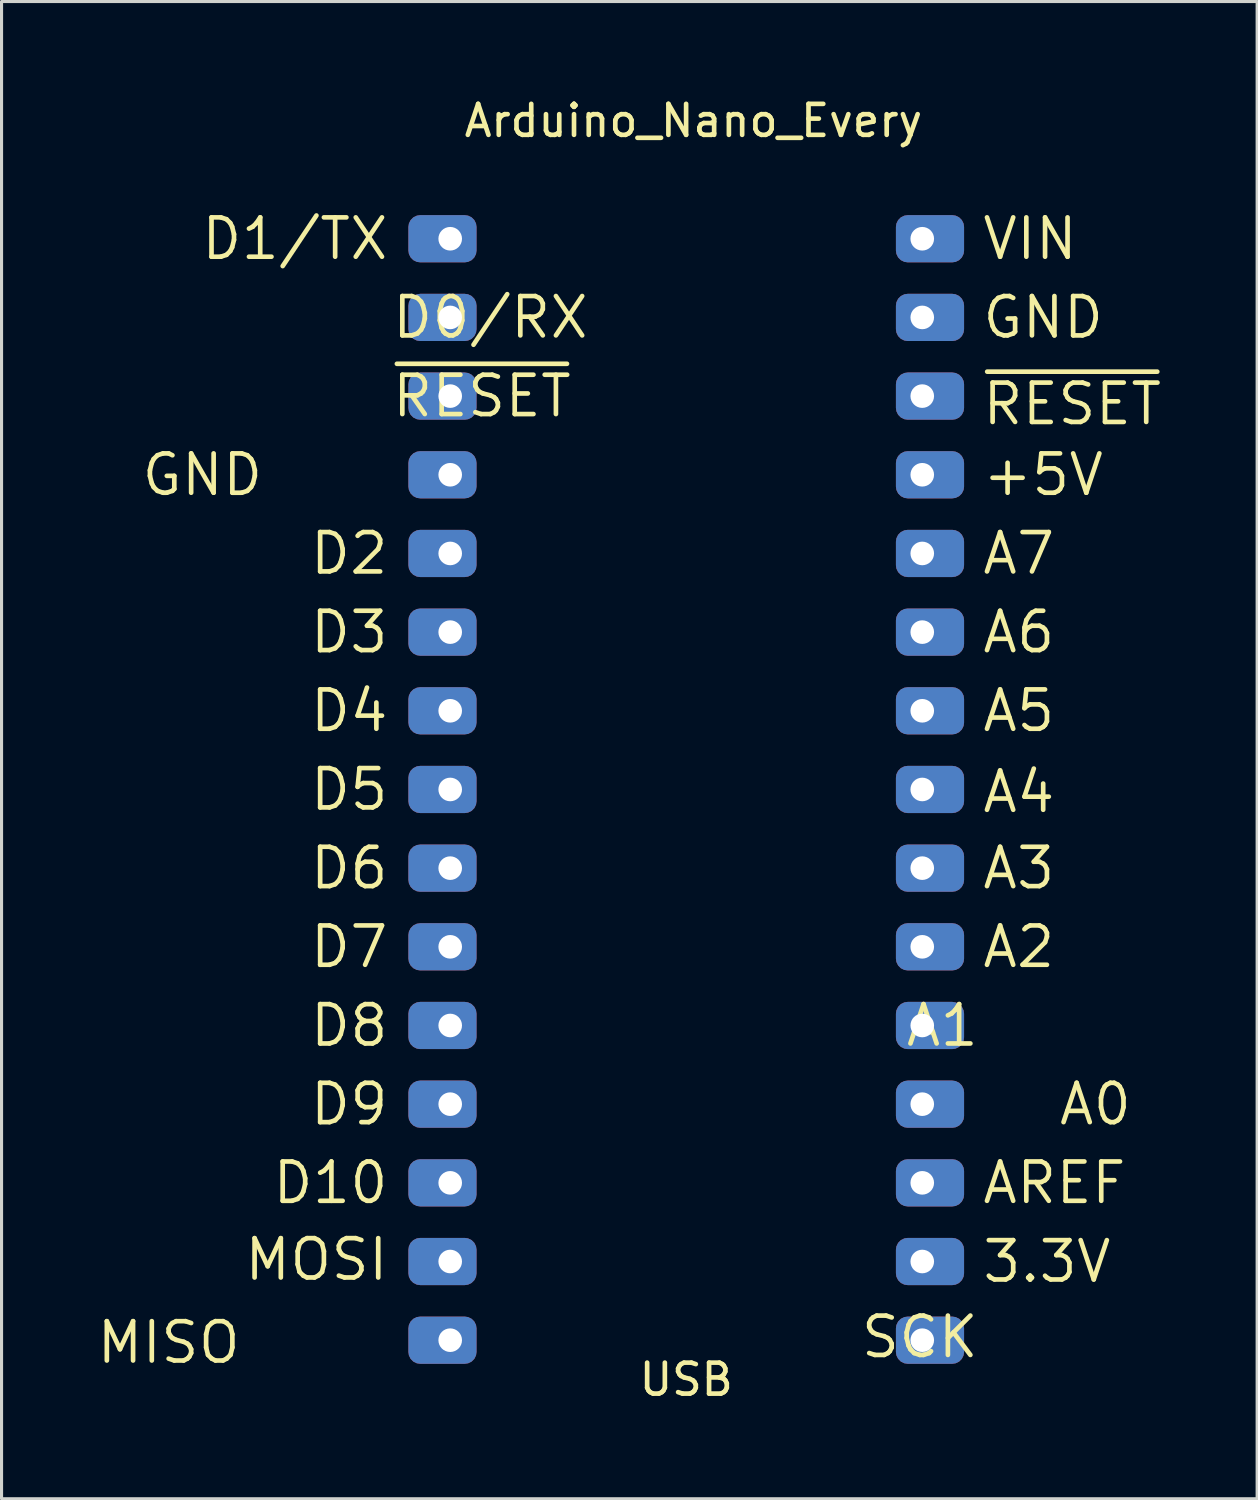
<source format=kicad_pcb>
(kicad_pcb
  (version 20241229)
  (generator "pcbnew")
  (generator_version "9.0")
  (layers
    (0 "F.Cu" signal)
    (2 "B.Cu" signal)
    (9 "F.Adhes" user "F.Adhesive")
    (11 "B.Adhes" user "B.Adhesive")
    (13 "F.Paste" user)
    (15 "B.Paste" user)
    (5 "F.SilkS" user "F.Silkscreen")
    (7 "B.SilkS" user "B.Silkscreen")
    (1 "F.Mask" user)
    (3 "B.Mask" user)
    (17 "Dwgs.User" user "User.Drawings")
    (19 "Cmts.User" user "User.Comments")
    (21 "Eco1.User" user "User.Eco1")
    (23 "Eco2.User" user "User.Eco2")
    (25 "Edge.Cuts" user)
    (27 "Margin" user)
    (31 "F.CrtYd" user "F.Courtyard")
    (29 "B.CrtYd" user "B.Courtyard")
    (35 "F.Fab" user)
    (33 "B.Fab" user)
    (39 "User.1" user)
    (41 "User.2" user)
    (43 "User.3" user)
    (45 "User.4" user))
  (footprint "Arduino_Nano_Every"
    (layer "F.Cu")
    (at 19.105 17.358)
    (property "Reference" "Arduino_Nano_Every" (at 0.234 -16.51 0) (layer "F.SilkS") (effects (font (size 1 1) (thickness 0.15))))
    (attr through_hole)
    (fp_text user "D4" (at -10.881 2.54 0) (layer "F.SilkS") (effects (font (size 1.27 1.27) (thickness 0.15))))
    (fp_text user "D9" (at -10.881 15.24 0) (layer "F.SilkS") (effects (font (size 1.27 1.27) (thickness 0.15))))
    (fp_text user "D0/RX" (at -9.567 -10.16 0) (layer "F.SilkS") (effects (font (size 1.27 1.27) (thickness 0.15)) (justify left)))
    (fp_text user "D3" (at -10.881 0 0) (layer "F.SilkS") (effects (font (size 1.27 1.27) (thickness 0.15))))
    (fp_text user "~{RESET}" (at 12.462 -7.366 0) (layer "F.SilkS") (effects (font (size 1.27 1.27) (thickness 0.15))))
    (fp_text user "+5V" (at 11.524 -5.08 0) (layer "F.SilkS") (effects (font (size 1.27 1.27) (thickness 0.15))))
    (fp_text user "VIN" (at 11.101 -12.7 0) (layer "F.SilkS") (effects (font (size 1.27 1.27) (thickness 0.15))))
    (fp_text user "D10" (at -11.486 17.78 0) (layer "F.SilkS") (effects (font (size 1.27 1.27) (thickness 0.15))))
    (fp_text user "D2" (at -10.881 -2.54 0) (layer "F.SilkS") (effects (font (size 1.27 1.27) (thickness 0.15))))
    (fp_text user "GND" (at -13.587 -5.08 0) (layer "F.SilkS") (effects (font (size 1.27 1.27) (thickness 0.15)) (justify right)))
    (fp_text user "A0" (at 11.962 15.24 0) (layer "F.SilkS") (effects (font (size 1.27 1.27) (thickness 0.15)) (justify left)))
    (fp_text user "MOSI" (at -11.94 20.256 0) (layer "F.SilkS") (effects (font (size 1.27 1.27) (thickness 0.15))))
    (fp_text user "~{RESET}" (at -9.567 -7.62 0) (layer "F.SilkS") (effects (font (size 1.27 1.27) (thickness 0.15)) (justify left)))
    (fp_text user "A3" (at 10.738 7.62 0) (layer "F.SilkS") (effects (font (size 1.27 1.27) (thickness 0.15))))
    (fp_text user "SCK" (at 9.514 22.756 0) (layer "F.SilkS") (effects (font (size 1.27 1.27) (thickness 0.15)) (justify right)))
    (fp_text user "A7" (at 10.738 -2.54 0) (layer "F.SilkS") (effects (font (size 1.27 1.27) (thickness 0.15))))
    (fp_text user "MISO" (at -14.313 22.936 0) (layer "F.SilkS") (effects (font (size 1.27 1.27) (thickness 0.15)) (justify right)))
    (fp_text user "3.3V" (at 11.645 20.32 0) (layer "F.SilkS") (effects (font (size 1.27 1.27) (thickness 0.15))))
    (fp_text user "D5" (at -10.881 5.08 0) (layer "F.SilkS") (effects (font (size 1.27 1.27) (thickness 0.15))))
    (fp_text user "A4" (at 10.738 5.156 0) (layer "F.SilkS") (effects (font (size 1.27 1.27) (thickness 0.15))))
    (fp_text user "A6" (at 10.738 0 0) (layer "F.SilkS") (effects (font (size 1.27 1.27) (thickness 0.15))))
    (fp_text user "A5" (at 10.738 2.54 0) (layer "F.SilkS") (effects (font (size 1.27 1.27) (thickness 0.15))))
    (fp_text user "D1/TX" (at -12.635 -12.7 0) (layer "F.SilkS") (effects (font (size 1.27 1.27) (thickness 0.15))))
    (fp_text user "A1" (at 9.514 12.7 0) (layer "F.SilkS") (effects (font (size 1.27 1.27) (thickness 0.15)) (justify right)))
    (fp_text user "USB" (at 0 24.13 180) (layer "F.SilkS") (effects (font (size 1 1) (thickness 0.15))))
    (fp_text user "A2" (at 10.738 10.16 0) (layer "F.SilkS") (effects (font (size 1.27 1.27) (thickness 0.15))))
    (fp_text user "GND" (at 11.524 -10.16 0) (layer "F.SilkS") (effects (font (size 1.27 1.27) (thickness 0.15))))
    (fp_text user "D6" (at -10.881 7.62 0) (layer "F.SilkS") (effects (font (size 1.27 1.27) (thickness 0.15))))
    (fp_text user "D7" (at -10.881 10.16 0) (layer "F.SilkS") (effects (font (size 1.27 1.27) (thickness 0.15))))
    (fp_text user "D8" (at -10.881 12.7 0) (layer "F.SilkS") (effects (font (size 1.27 1.27) (thickness 0.15))))
    (fp_text user "AREF" (at 11.887 17.78 0) (layer "F.SilkS") (effects (font (size 1.27 1.27) (thickness 0.15))))
    (pad "1" thru_hole roundrect (at -7.62 -12.7) (size 2.2 1.524) (drill 0.762 (offset -0.25 0)) (layers "*.Cu" "*.Mask") (roundrect_rratio 0.25))
    (pad "2" thru_hole roundrect (at -7.62 -10.16) (size 2.2 1.524) (drill 0.762 (offset -0.25 0)) (layers "*.Cu" "*.Mask") (roundrect_rratio 0.25))
    (pad "3" thru_hole roundrect (at -7.62 -7.62) (size 2.2 1.524) (drill 0.762 (offset -0.25 0)) (layers "*.Cu" "*.Mask") (roundrect_rratio 0.25))
    (pad "4" thru_hole roundrect (at -7.62 -5.08) (size 2.2 1.524) (drill 0.762 (offset -0.25 0)) (layers "*.Cu" "*.Mask") (roundrect_rratio 0.25))
    (pad "5" thru_hole roundrect (at -7.62 -2.54) (size 2.2 1.524) (drill 0.762 (offset -0.25 0)) (layers "*.Cu" "*.Mask") (roundrect_rratio 0.25))
    (pad "6" thru_hole roundrect (at -7.62 0) (size 2.2 1.524) (drill 0.762 (offset -0.25 0)) (layers "*.Cu" "*.Mask") (roundrect_rratio 0.25))
    (pad "7" thru_hole roundrect (at -7.62 2.54) (size 2.2 1.524) (drill 0.762 (offset -0.25 0)) (layers "*.Cu" "*.Mask") (roundrect_rratio 0.25))
    (pad "8" thru_hole roundrect (at -7.62 5.08) (size 2.2 1.524) (drill 0.762 (offset -0.25 0)) (layers "*.Cu" "*.Mask") (roundrect_rratio 0.25))
    (pad "9" thru_hole roundrect (at -7.62 7.62) (size 2.2 1.524) (drill 0.762 (offset -0.25 0)) (layers "*.Cu" "*.Mask") (roundrect_rratio 0.25))
    (pad "10" thru_hole roundrect (at -7.62 10.16) (size 2.2 1.524) (drill 0.762 (offset -0.25 0)) (layers "*.Cu" "*.Mask") (roundrect_rratio 0.25))
    (pad "11" thru_hole roundrect (at -7.62 12.7) (size 2.2 1.524) (drill 0.762 (offset -0.25 0)) (layers "*.Cu" "*.Mask") (roundrect_rratio 0.25))
    (pad "12" thru_hole roundrect (at -7.62 15.24) (size 2.2 1.524) (drill 0.762 (offset -0.25 0)) (layers "*.Cu" "*.Mask") (roundrect_rratio 0.25))
    (pad "13" thru_hole roundrect (at -7.62 17.78) (size 2.2 1.524) (drill 0.762 (offset -0.25 0)) (layers "*.Cu" "*.Mask") (roundrect_rratio 0.25))
    (pad "14" thru_hole roundrect (at -7.62 20.32) (size 2.2 1.524) (drill 0.762 (offset -0.25 0)) (layers "*.Cu" "*.Mask") (roundrect_rratio 0.25))
    (pad "15" thru_hole roundrect (at -7.62 22.86) (size 2.2 1.524) (drill 0.762 (offset -0.25 0)) (layers "*.Cu" "*.Mask") (roundrect_rratio 0.25))
    (pad "16" thru_hole roundrect (at 7.62 22.86 180) (size 2.2 1.524) (drill 0.762 (offset -0.25 0)) (layers "*.Cu" "*.Mask") (roundrect_rratio 0.25))
    (pad "17" thru_hole roundrect (at 7.62 20.32 180) (size 2.2 1.524) (drill 0.762 (offset -0.25 0)) (layers "*.Cu" "*.Mask") (roundrect_rratio 0.25))
    (pad "18" thru_hole roundrect (at 7.62 17.78 180) (size 2.2 1.524) (drill 0.762 (offset -0.25 0)) (layers "*.Cu" "*.Mask") (roundrect_rratio 0.25))
    (pad "19" thru_hole roundrect (at 7.62 15.24 180) (size 2.2 1.524) (drill 0.762 (offset -0.25 0)) (layers "*.Cu" "*.Mask") (roundrect_rratio 0.25))
    (pad "20" thru_hole roundrect (at 7.62 12.7 180) (size 2.2 1.524) (drill 0.762 (offset -0.25 0)) (layers "*.Cu" "*.Mask") (roundrect_rratio 0.25))
    (pad "21" thru_hole roundrect (at 7.62 10.16 180) (size 2.2 1.524) (drill 0.762 (offset -0.25 0)) (layers "*.Cu" "*.Mask") (roundrect_rratio 0.25))
    (pad "22" thru_hole roundrect (at 7.62 7.62 180) (size 2.2 1.524) (drill 0.762 (offset -0.25 0)) (layers "*.Cu" "*.Mask") (roundrect_rratio 0.25))
    (pad "23" thru_hole roundrect (at 7.62 5.08 180) (size 2.2 1.524) (drill 0.762 (offset -0.25 0)) (layers "*.Cu" "*.Mask") (roundrect_rratio 0.25))
    (pad "24" thru_hole roundrect (at 7.62 2.54 180) (size 2.2 1.524) (drill 0.762 (offset -0.25 0)) (layers "*.Cu" "*.Mask") (roundrect_rratio 0.25))
    (pad "25" thru_hole roundrect (at 7.62 0 180) (size 2.2 1.524) (drill 0.762 (offset -0.25 0)) (layers "*.Cu" "*.Mask") (roundrect_rratio 0.25))
    (pad "26" thru_hole roundrect (at 7.62 -2.54 180) (size 2.2 1.524) (drill 0.762 (offset -0.25 0)) (layers "*.Cu" "*.Mask") (roundrect_rratio 0.25))
    (pad "27" thru_hole roundrect (at 7.62 -5.08 180) (size 2.2 1.524) (drill 0.762 (offset -0.25 0)) (layers "*.Cu" "*.Mask") (roundrect_rratio 0.25))
    (pad "28" thru_hole roundrect (at 7.62 -7.62 180) (size 2.2 1.524) (drill 0.762 (offset -0.25 0)) (layers "*.Cu" "*.Mask") (roundrect_rratio 0.25))
    (pad "29" thru_hole roundrect (at 7.62 -10.16 180) (size 2.2 1.524) (drill 0.762 (offset -0.25 0)) (layers "*.Cu" "*.Mask") (roundrect_rratio 0.25))
    (pad "30" thru_hole roundrect (at 7.62 -12.7 180) (size 2.2 1.524) (drill 0.762 (offset -0.25 0)) (layers "*.Cu" "*.Mask") (roundrect_rratio 0.25)))
  (gr_rect
    (start -3 -3)
    (end 37.537 45.337)
    (stroke (width 0.1) (type default))
    (fill no)
    (layer "Edge.Cuts")))
</source>
